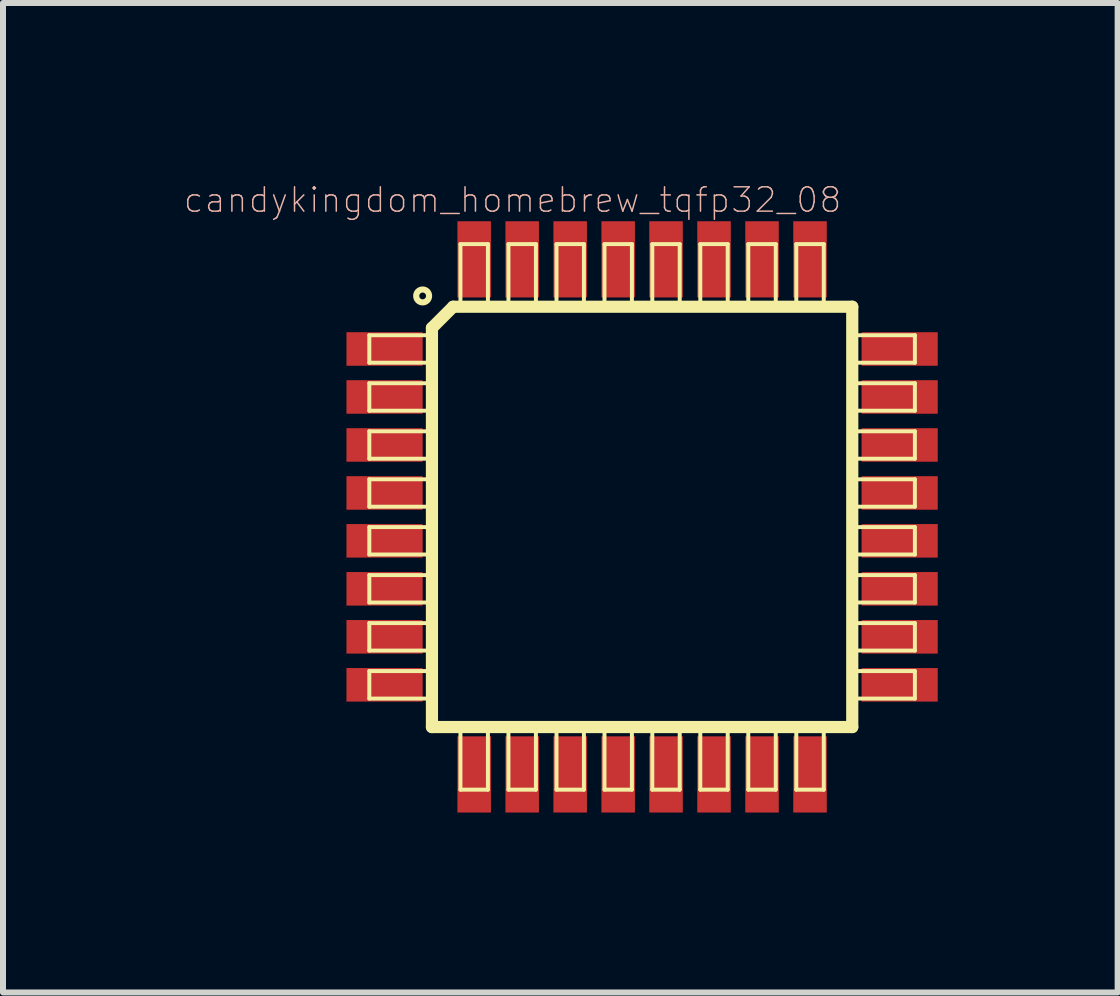
<source format=kicad_pcb>
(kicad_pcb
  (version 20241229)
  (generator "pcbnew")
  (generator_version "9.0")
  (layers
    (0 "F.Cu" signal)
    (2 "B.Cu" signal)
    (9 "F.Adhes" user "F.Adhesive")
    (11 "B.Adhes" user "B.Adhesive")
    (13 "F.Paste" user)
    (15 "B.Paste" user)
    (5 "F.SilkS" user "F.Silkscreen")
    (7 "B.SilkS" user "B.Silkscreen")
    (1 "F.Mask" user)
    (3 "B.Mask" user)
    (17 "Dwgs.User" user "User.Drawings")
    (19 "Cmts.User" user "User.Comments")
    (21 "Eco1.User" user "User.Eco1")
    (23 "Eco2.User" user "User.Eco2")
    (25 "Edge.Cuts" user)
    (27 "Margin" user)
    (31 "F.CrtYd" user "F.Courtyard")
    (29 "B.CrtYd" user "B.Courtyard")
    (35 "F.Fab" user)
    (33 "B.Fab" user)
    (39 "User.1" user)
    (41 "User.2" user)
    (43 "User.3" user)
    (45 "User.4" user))
  (footprint "candykingdom_homebrew_tqfp32_08"
    (layer "F.Cu")
    (at 7.653 5.566)
    (property "Reference" "candykingdom_homebrew_tqfp32_08" (at -2.159 -5.283 0) (layer "B.SilkS") (effects (font (size 0.406 0.406) (thickness 0.025))))
    (attr smd)
    (fp_line (start -4.547 -3.028) (end -3.556 -3.028) (stroke (width 0.066) (type solid)) (layer "F.SilkS"))
    (fp_line (start -4.547 -2.57) (end -4.547 -3.028) (stroke (width 0.066) (type solid)) (layer "F.SilkS"))
    (fp_line (start -4.547 -2.57) (end -3.556 -2.57) (stroke (width 0.066) (type solid)) (layer "F.SilkS"))
    (fp_line (start -4.547 -2.228) (end -3.556 -2.228) (stroke (width 0.066) (type solid)) (layer "F.SilkS"))
    (fp_line (start -4.547 -1.77) (end -4.547 -2.228) (stroke (width 0.066) (type solid)) (layer "F.SilkS"))
    (fp_line (start -4.547 -1.77) (end -3.556 -1.77) (stroke (width 0.066) (type solid)) (layer "F.SilkS"))
    (fp_line (start -4.547 -1.427) (end -3.556 -1.427) (stroke (width 0.066) (type solid)) (layer "F.SilkS"))
    (fp_line (start -4.547 -0.97) (end -4.547 -1.427) (stroke (width 0.066) (type solid)) (layer "F.SilkS"))
    (fp_line (start -4.547 -0.97) (end -3.556 -0.97) (stroke (width 0.066) (type solid)) (layer "F.SilkS"))
    (fp_line (start -4.547 -0.627) (end -3.556 -0.627) (stroke (width 0.066) (type solid)) (layer "F.SilkS"))
    (fp_line (start -4.547 -0.17) (end -4.547 -0.627) (stroke (width 0.066) (type solid)) (layer "F.SilkS"))
    (fp_line (start -4.547 -0.17) (end -3.556 -0.17) (stroke (width 0.066) (type solid)) (layer "F.SilkS"))
    (fp_line (start -4.547 0.17) (end -3.556 0.17) (stroke (width 0.066) (type solid)) (layer "F.SilkS"))
    (fp_line (start -4.547 0.627) (end -4.547 0.17) (stroke (width 0.066) (type solid)) (layer "F.SilkS"))
    (fp_line (start -4.547 0.627) (end -3.556 0.627) (stroke (width 0.066) (type solid)) (layer "F.SilkS"))
    (fp_line (start -4.547 0.97) (end -3.556 0.97) (stroke (width 0.066) (type solid)) (layer "F.SilkS"))
    (fp_line (start -4.547 1.427) (end -4.547 0.97) (stroke (width 0.066) (type solid)) (layer "F.SilkS"))
    (fp_line (start -4.547 1.427) (end -3.556 1.427) (stroke (width 0.066) (type solid)) (layer "F.SilkS"))
    (fp_line (start -4.547 1.77) (end -3.556 1.77) (stroke (width 0.066) (type solid)) (layer "F.SilkS"))
    (fp_line (start -4.547 2.228) (end -4.547 1.77) (stroke (width 0.066) (type solid)) (layer "F.SilkS"))
    (fp_line (start -4.547 2.228) (end -3.556 2.228) (stroke (width 0.066) (type solid)) (layer "F.SilkS"))
    (fp_line (start -4.547 2.57) (end -3.556 2.57) (stroke (width 0.066) (type solid)) (layer "F.SilkS"))
    (fp_line (start -4.547 3.028) (end -4.547 2.57) (stroke (width 0.066) (type solid)) (layer "F.SilkS"))
    (fp_line (start -4.547 3.028) (end -3.556 3.028) (stroke (width 0.066) (type solid)) (layer "F.SilkS"))
    (fp_line (start -3.556 -2.57) (end -3.556 -3.028) (stroke (width 0.066) (type solid)) (layer "F.SilkS"))
    (fp_line (start -3.556 -1.77) (end -3.556 -2.228) (stroke (width 0.066) (type solid)) (layer "F.SilkS"))
    (fp_line (start -3.556 -0.97) (end -3.556 -1.427) (stroke (width 0.066) (type solid)) (layer "F.SilkS"))
    (fp_line (start -3.556 -0.17) (end -3.556 -0.627) (stroke (width 0.066) (type solid)) (layer "F.SilkS"))
    (fp_line (start -3.556 0.627) (end -3.556 0.17) (stroke (width 0.066) (type solid)) (layer "F.SilkS"))
    (fp_line (start -3.556 1.427) (end -3.556 0.97) (stroke (width 0.066) (type solid)) (layer "F.SilkS"))
    (fp_line (start -3.556 2.228) (end -3.556 1.77) (stroke (width 0.066) (type solid)) (layer "F.SilkS"))
    (fp_line (start -3.556 3.028) (end -3.556 2.57) (stroke (width 0.066) (type solid)) (layer "F.SilkS"))
    (fp_line (start -3.503 3.503) (end -3.503 -3.15) (stroke (width 0.203) (type solid)) (layer "F.SilkS"))
    (fp_line (start -3.15 -3.503) (end -3.503 -3.15) (stroke (width 0.203) (type solid)) (layer "F.SilkS"))
    (fp_line (start -3.15 -3.503) (end 3.503 -3.503) (stroke (width 0.203) (type solid)) (layer "F.SilkS"))
    (fp_line (start -3.028 -4.547) (end -2.57 -4.547) (stroke (width 0.066) (type solid)) (layer "F.SilkS"))
    (fp_line (start -3.028 -3.556) (end -3.028 -4.547) (stroke (width 0.066) (type solid)) (layer "F.SilkS"))
    (fp_line (start -3.028 -3.556) (end -2.57 -3.556) (stroke (width 0.066) (type solid)) (layer "F.SilkS"))
    (fp_line (start -3.028 3.556) (end -2.57 3.556) (stroke (width 0.066) (type solid)) (layer "F.SilkS"))
    (fp_line (start -3.028 4.547) (end -3.028 3.556) (stroke (width 0.066) (type solid)) (layer "F.SilkS"))
    (fp_line (start -3.028 4.547) (end -2.57 4.547) (stroke (width 0.066) (type solid)) (layer "F.SilkS"))
    (fp_line (start -2.57 -3.556) (end -2.57 -4.547) (stroke (width 0.066) (type solid)) (layer "F.SilkS"))
    (fp_line (start -2.57 4.547) (end -2.57 3.556) (stroke (width 0.066) (type solid)) (layer "F.SilkS"))
    (fp_line (start -2.228 -4.547) (end -1.77 -4.547) (stroke (width 0.066) (type solid)) (layer "F.SilkS"))
    (fp_line (start -2.228 -3.556) (end -2.228 -4.547) (stroke (width 0.066) (type solid)) (layer "F.SilkS"))
    (fp_line (start -2.228 -3.556) (end -1.77 -3.556) (stroke (width 0.066) (type solid)) (layer "F.SilkS"))
    (fp_line (start -2.228 3.556) (end -1.77 3.556) (stroke (width 0.066) (type solid)) (layer "F.SilkS"))
    (fp_line (start -2.228 4.547) (end -2.228 3.556) (stroke (width 0.066) (type solid)) (layer "F.SilkS"))
    (fp_line (start -2.228 4.547) (end -1.77 4.547) (stroke (width 0.066) (type solid)) (layer "F.SilkS"))
    (fp_line (start -1.77 -3.556) (end -1.77 -4.547) (stroke (width 0.066) (type solid)) (layer "F.SilkS"))
    (fp_line (start -1.77 4.547) (end -1.77 3.556) (stroke (width 0.066) (type solid)) (layer "F.SilkS"))
    (fp_line (start -1.427 -4.547) (end -0.97 -4.547) (stroke (width 0.066) (type solid)) (layer "F.SilkS"))
    (fp_line (start -1.427 -3.556) (end -1.427 -4.547) (stroke (width 0.066) (type solid)) (layer "F.SilkS"))
    (fp_line (start -1.427 -3.556) (end -0.97 -3.556) (stroke (width 0.066) (type solid)) (layer "F.SilkS"))
    (fp_line (start -1.427 3.556) (end -0.97 3.556) (stroke (width 0.066) (type solid)) (layer "F.SilkS"))
    (fp_line (start -1.427 4.547) (end -1.427 3.556) (stroke (width 0.066) (type solid)) (layer "F.SilkS"))
    (fp_line (start -1.427 4.547) (end -0.97 4.547) (stroke (width 0.066) (type solid)) (layer "F.SilkS"))
    (fp_line (start -0.97 -3.556) (end -0.97 -4.547) (stroke (width 0.066) (type solid)) (layer "F.SilkS"))
    (fp_line (start -0.97 4.547) (end -0.97 3.556) (stroke (width 0.066) (type solid)) (layer "F.SilkS"))
    (fp_line (start -0.627 -4.547) (end -0.17 -4.547) (stroke (width 0.066) (type solid)) (layer "F.SilkS"))
    (fp_line (start -0.627 -3.556) (end -0.627 -4.547) (stroke (width 0.066) (type solid)) (layer "F.SilkS"))
    (fp_line (start -0.627 -3.556) (end -0.17 -3.556) (stroke (width 0.066) (type solid)) (layer "F.SilkS"))
    (fp_line (start -0.627 3.556) (end -0.17 3.556) (stroke (width 0.066) (type solid)) (layer "F.SilkS"))
    (fp_line (start -0.627 4.547) (end -0.627 3.556) (stroke (width 0.066) (type solid)) (layer "F.SilkS"))
    (fp_line (start -0.627 4.547) (end -0.17 4.547) (stroke (width 0.066) (type solid)) (layer "F.SilkS"))
    (fp_line (start -0.17 -3.556) (end -0.17 -4.547) (stroke (width 0.066) (type solid)) (layer "F.SilkS"))
    (fp_line (start -0.17 4.547) (end -0.17 3.556) (stroke (width 0.066) (type solid)) (layer "F.SilkS"))
    (fp_line (start 0.17 -4.547) (end 0.627 -4.547) (stroke (width 0.066) (type solid)) (layer "F.SilkS"))
    (fp_line (start 0.17 -3.556) (end 0.17 -4.547) (stroke (width 0.066) (type solid)) (layer "F.SilkS"))
    (fp_line (start 0.17 -3.556) (end 0.627 -3.556) (stroke (width 0.066) (type solid)) (layer "F.SilkS"))
    (fp_line (start 0.17 3.556) (end 0.627 3.556) (stroke (width 0.066) (type solid)) (layer "F.SilkS"))
    (fp_line (start 0.17 4.547) (end 0.17 3.556) (stroke (width 0.066) (type solid)) (layer "F.SilkS"))
    (fp_line (start 0.17 4.547) (end 0.627 4.547) (stroke (width 0.066) (type solid)) (layer "F.SilkS"))
    (fp_line (start 0.627 -3.556) (end 0.627 -4.547) (stroke (width 0.066) (type solid)) (layer "F.SilkS"))
    (fp_line (start 0.627 4.547) (end 0.627 3.556) (stroke (width 0.066) (type solid)) (layer "F.SilkS"))
    (fp_line (start 0.97 -4.547) (end 1.427 -4.547) (stroke (width 0.066) (type solid)) (layer "F.SilkS"))
    (fp_line (start 0.97 -3.556) (end 0.97 -4.547) (stroke (width 0.066) (type solid)) (layer "F.SilkS"))
    (fp_line (start 0.97 -3.556) (end 1.427 -3.556) (stroke (width 0.066) (type solid)) (layer "F.SilkS"))
    (fp_line (start 0.97 3.556) (end 1.427 3.556) (stroke (width 0.066) (type solid)) (layer "F.SilkS"))
    (fp_line (start 0.97 4.547) (end 0.97 3.556) (stroke (width 0.066) (type solid)) (layer "F.SilkS"))
    (fp_line (start 0.97 4.547) (end 1.427 4.547) (stroke (width 0.066) (type solid)) (layer "F.SilkS"))
    (fp_line (start 1.427 -3.556) (end 1.427 -4.547) (stroke (width 0.066) (type solid)) (layer "F.SilkS"))
    (fp_line (start 1.427 4.547) (end 1.427 3.556) (stroke (width 0.066) (type solid)) (layer "F.SilkS"))
    (fp_line (start 1.77 -4.547) (end 2.228 -4.547) (stroke (width 0.066) (type solid)) (layer "F.SilkS"))
    (fp_line (start 1.77 -3.556) (end 1.77 -4.547) (stroke (width 0.066) (type solid)) (layer "F.SilkS"))
    (fp_line (start 1.77 -3.556) (end 2.228 -3.556) (stroke (width 0.066) (type solid)) (layer "F.SilkS"))
    (fp_line (start 1.77 3.556) (end 2.228 3.556) (stroke (width 0.066) (type solid)) (layer "F.SilkS"))
    (fp_line (start 1.77 4.547) (end 1.77 3.556) (stroke (width 0.066) (type solid)) (layer "F.SilkS"))
    (fp_line (start 1.77 4.547) (end 2.228 4.547) (stroke (width 0.066) (type solid)) (layer "F.SilkS"))
    (fp_line (start 2.228 -3.556) (end 2.228 -4.547) (stroke (width 0.066) (type solid)) (layer "F.SilkS"))
    (fp_line (start 2.228 4.547) (end 2.228 3.556) (stroke (width 0.066) (type solid)) (layer "F.SilkS"))
    (fp_line (start 2.57 -4.547) (end 3.028 -4.547) (stroke (width 0.066) (type solid)) (layer "F.SilkS"))
    (fp_line (start 2.57 -3.556) (end 2.57 -4.547) (stroke (width 0.066) (type solid)) (layer "F.SilkS"))
    (fp_line (start 2.57 -3.556) (end 3.028 -3.556) (stroke (width 0.066) (type solid)) (layer "F.SilkS"))
    (fp_line (start 2.57 3.556) (end 3.028 3.556) (stroke (width 0.066) (type solid)) (layer "F.SilkS"))
    (fp_line (start 2.57 4.547) (end 2.57 3.556) (stroke (width 0.066) (type solid)) (layer "F.SilkS"))
    (fp_line (start 2.57 4.547) (end 3.028 4.547) (stroke (width 0.066) (type solid)) (layer "F.SilkS"))
    (fp_line (start 3.028 -3.556) (end 3.028 -4.547) (stroke (width 0.066) (type solid)) (layer "F.SilkS"))
    (fp_line (start 3.028 4.547) (end 3.028 3.556) (stroke (width 0.066) (type solid)) (layer "F.SilkS"))
    (fp_line (start 3.503 -3.503) (end 3.503 3.503) (stroke (width 0.203) (type solid)) (layer "F.SilkS"))
    (fp_line (start 3.503 3.503) (end -3.503 3.503) (stroke (width 0.203) (type solid)) (layer "F.SilkS"))
    (fp_line (start 3.556 -3.028) (end 4.547 -3.028) (stroke (width 0.066) (type solid)) (layer "F.SilkS"))
    (fp_line (start 3.556 -2.57) (end 3.556 -3.028) (stroke (width 0.066) (type solid)) (layer "F.SilkS"))
    (fp_line (start 3.556 -2.57) (end 4.547 -2.57) (stroke (width 0.066) (type solid)) (layer "F.SilkS"))
    (fp_line (start 3.556 -2.228) (end 4.547 -2.228) (stroke (width 0.066) (type solid)) (layer "F.SilkS"))
    (fp_line (start 3.556 -1.77) (end 3.556 -2.228) (stroke (width 0.066) (type solid)) (layer "F.SilkS"))
    (fp_line (start 3.556 -1.77) (end 4.547 -1.77) (stroke (width 0.066) (type solid)) (layer "F.SilkS"))
    (fp_line (start 3.556 -1.427) (end 4.547 -1.427) (stroke (width 0.066) (type solid)) (layer "F.SilkS"))
    (fp_line (start 3.556 -0.97) (end 3.556 -1.427) (stroke (width 0.066) (type solid)) (layer "F.SilkS"))
    (fp_line (start 3.556 -0.97) (end 4.547 -0.97) (stroke (width 0.066) (type solid)) (layer "F.SilkS"))
    (fp_line (start 3.556 -0.627) (end 4.547 -0.627) (stroke (width 0.066) (type solid)) (layer "F.SilkS"))
    (fp_line (start 3.556 -0.17) (end 3.556 -0.627) (stroke (width 0.066) (type solid)) (layer "F.SilkS"))
    (fp_line (start 3.556 -0.17) (end 4.547 -0.17) (stroke (width 0.066) (type solid)) (layer "F.SilkS"))
    (fp_line (start 3.556 0.17) (end 4.547 0.17) (stroke (width 0.066) (type solid)) (layer "F.SilkS"))
    (fp_line (start 3.556 0.627) (end 3.556 0.17) (stroke (width 0.066) (type solid)) (layer "F.SilkS"))
    (fp_line (start 3.556 0.627) (end 4.547 0.627) (stroke (width 0.066) (type solid)) (layer "F.SilkS"))
    (fp_line (start 3.556 0.97) (end 4.547 0.97) (stroke (width 0.066) (type solid)) (layer "F.SilkS"))
    (fp_line (start 3.556 1.427) (end 3.556 0.97) (stroke (width 0.066) (type solid)) (layer "F.SilkS"))
    (fp_line (start 3.556 1.427) (end 4.547 1.427) (stroke (width 0.066) (type solid)) (layer "F.SilkS"))
    (fp_line (start 3.556 1.77) (end 4.547 1.77) (stroke (width 0.066) (type solid)) (layer "F.SilkS"))
    (fp_line (start 3.556 2.228) (end 3.556 1.77) (stroke (width 0.066) (type solid)) (layer "F.SilkS"))
    (fp_line (start 3.556 2.228) (end 4.547 2.228) (stroke (width 0.066) (type solid)) (layer "F.SilkS"))
    (fp_line (start 3.556 2.57) (end 4.547 2.57) (stroke (width 0.066) (type solid)) (layer "F.SilkS"))
    (fp_line (start 3.556 3.028) (end 3.556 2.57) (stroke (width 0.066) (type solid)) (layer "F.SilkS"))
    (fp_line (start 3.556 3.028) (end 4.547 3.028) (stroke (width 0.066) (type solid)) (layer "F.SilkS"))
    (fp_line (start 4.547 -2.57) (end 4.547 -3.028) (stroke (width 0.066) (type solid)) (layer "F.SilkS"))
    (fp_line (start 4.547 -1.77) (end 4.547 -2.228) (stroke (width 0.066) (type solid)) (layer "F.SilkS"))
    (fp_line (start 4.547 -0.97) (end 4.547 -1.427) (stroke (width 0.066) (type solid)) (layer "F.SilkS"))
    (fp_line (start 4.547 -0.17) (end 4.547 -0.627) (stroke (width 0.066) (type solid)) (layer "F.SilkS"))
    (fp_line (start 4.547 0.627) (end 4.547 0.17) (stroke (width 0.066) (type solid)) (layer "F.SilkS"))
    (fp_line (start 4.547 1.427) (end 4.547 0.97) (stroke (width 0.066) (type solid)) (layer "F.SilkS"))
    (fp_line (start 4.547 2.228) (end 4.547 1.77) (stroke (width 0.066) (type solid)) (layer "F.SilkS"))
    (fp_line (start 4.547 3.028) (end 4.547 2.57) (stroke (width 0.066) (type solid)) (layer "F.SilkS"))
    (fp_circle (center -3.658 -3.683) (end -3.734 -3.759) (stroke (width 0.102) (type solid)) (fill no) (layer "F.SilkS"))
    (pad "1" smd rect (at -4.293 -2.799) (size 1.27 0.559) (layers "F.Cu" "F.Mask" "F.Paste"))
    (pad "2" smd rect (at -4.293 -1.999) (size 1.27 0.559) (layers "F.Cu" "F.Mask" "F.Paste"))
    (pad "3" smd rect (at -4.293 -1.199) (size 1.27 0.559) (layers "F.Cu" "F.Mask" "F.Paste"))
    (pad "4" smd rect (at -4.293 -0.399) (size 1.27 0.559) (layers "F.Cu" "F.Mask" "F.Paste"))
    (pad "5" smd rect (at -4.293 0.399) (size 1.27 0.559) (layers "F.Cu" "F.Mask" "F.Paste"))
    (pad "6" smd rect (at -4.293 1.199) (size 1.27 0.559) (layers "F.Cu" "F.Mask" "F.Paste"))
    (pad "7" smd rect (at -4.293 1.999) (size 1.27 0.559) (layers "F.Cu" "F.Mask" "F.Paste"))
    (pad "8" smd rect (at -4.293 2.799) (size 1.27 0.559) (layers "F.Cu" "F.Mask" "F.Paste"))
    (pad "9" smd rect (at -2.799 4.293) (size 0.559 1.27) (layers "F.Cu" "F.Mask" "F.Paste"))
    (pad "10" smd rect (at -1.999 4.293) (size 0.559 1.27) (layers "F.Cu" "F.Mask" "F.Paste"))
    (pad "11" smd rect (at -1.199 4.293) (size 0.559 1.27) (layers "F.Cu" "F.Mask" "F.Paste"))
    (pad "12" smd rect (at -0.399 4.293) (size 0.559 1.27) (layers "F.Cu" "F.Mask" "F.Paste"))
    (pad "13" smd rect (at 0.399 4.293) (size 0.559 1.27) (layers "F.Cu" "F.Mask" "F.Paste"))
    (pad "14" smd rect (at 1.199 4.293) (size 0.559 1.27) (layers "F.Cu" "F.Mask" "F.Paste"))
    (pad "15" smd rect (at 1.999 4.293) (size 0.559 1.27) (layers "F.Cu" "F.Mask" "F.Paste"))
    (pad "16" smd rect (at 2.799 4.293) (size 0.559 1.27) (layers "F.Cu" "F.Mask" "F.Paste"))
    (pad "17" smd rect (at 4.293 2.799) (size 1.27 0.559) (layers "F.Cu" "F.Mask" "F.Paste"))
    (pad "18" smd rect (at 4.293 1.999) (size 1.27 0.559) (layers "F.Cu" "F.Mask" "F.Paste"))
    (pad "19" smd rect (at 4.293 1.199) (size 1.27 0.559) (layers "F.Cu" "F.Mask" "F.Paste"))
    (pad "20" smd rect (at 4.293 0.399) (size 1.27 0.559) (layers "F.Cu" "F.Mask" "F.Paste"))
    (pad "21" smd rect (at 4.293 -0.399) (size 1.27 0.559) (layers "F.Cu" "F.Mask" "F.Paste"))
    (pad "22" smd rect (at 4.293 -1.199) (size 1.27 0.559) (layers "F.Cu" "F.Mask" "F.Paste"))
    (pad "23" smd rect (at 4.293 -1.999) (size 1.27 0.559) (layers "F.Cu" "F.Mask" "F.Paste"))
    (pad "24" smd rect (at 4.293 -2.799) (size 1.27 0.559) (layers "F.Cu" "F.Mask" "F.Paste"))
    (pad "25" smd rect (at 2.799 -4.293) (size 0.559 1.27) (layers "F.Cu" "F.Mask" "F.Paste"))
    (pad "26" smd rect (at 1.999 -4.293) (size 0.559 1.27) (layers "F.Cu" "F.Mask" "F.Paste"))
    (pad "27" smd rect (at 1.199 -4.293) (size 0.559 1.27) (layers "F.Cu" "F.Mask" "F.Paste"))
    (pad "28" smd rect (at 0.399 -4.293) (size 0.559 1.27) (layers "F.Cu" "F.Mask" "F.Paste"))
    (pad "29" smd rect (at -0.399 -4.293) (size 0.559 1.27) (layers "F.Cu" "F.Mask" "F.Paste"))
    (pad "30" smd rect (at -1.199 -4.293) (size 0.559 1.27) (layers "F.Cu" "F.Mask" "F.Paste"))
    (pad "31" smd rect (at -1.999 -4.293) (size 0.559 1.27) (layers "F.Cu" "F.Mask" "F.Paste"))
    (pad "32" smd rect (at -2.799 -4.293) (size 0.559 1.27) (layers "F.Cu" "F.Mask" "F.Paste")))
  (gr_rect
    (start -3 -3)
    (end 15.58 13.493)
    (stroke (width 0.1) (type default))
    (fill no)
    (layer "Edge.Cuts")))
</source>
